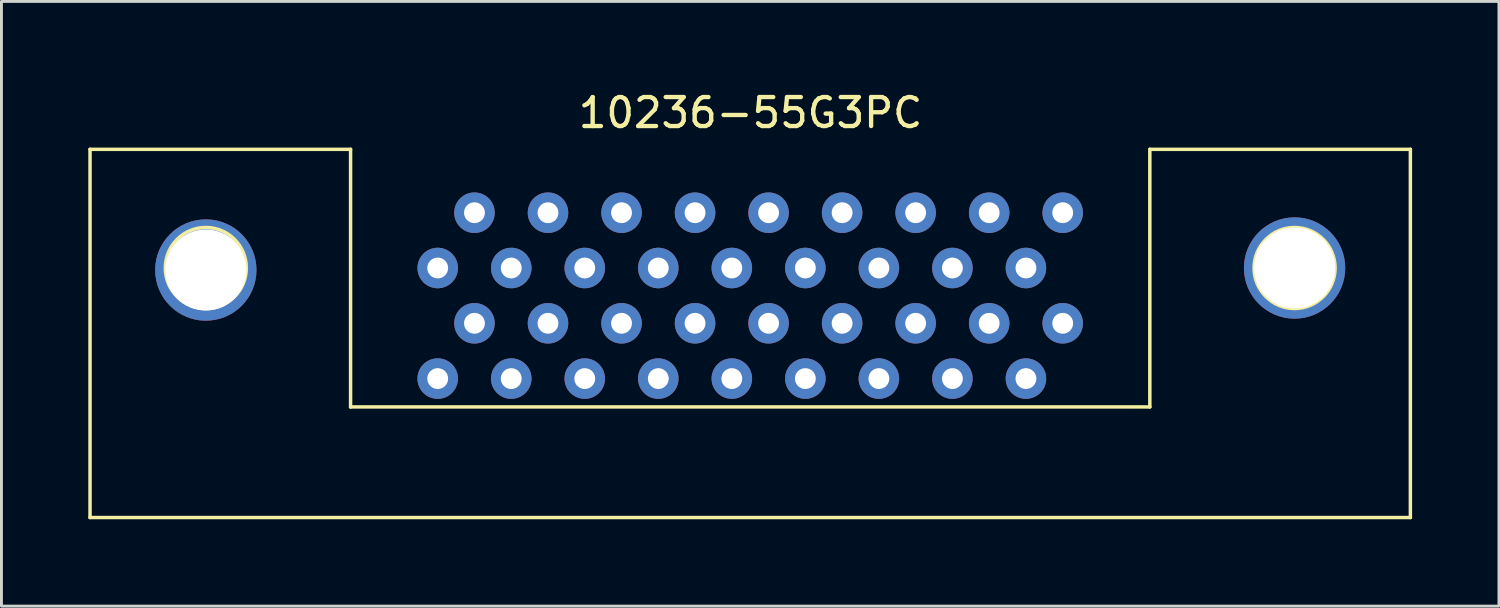
<source format=kicad_pcb>
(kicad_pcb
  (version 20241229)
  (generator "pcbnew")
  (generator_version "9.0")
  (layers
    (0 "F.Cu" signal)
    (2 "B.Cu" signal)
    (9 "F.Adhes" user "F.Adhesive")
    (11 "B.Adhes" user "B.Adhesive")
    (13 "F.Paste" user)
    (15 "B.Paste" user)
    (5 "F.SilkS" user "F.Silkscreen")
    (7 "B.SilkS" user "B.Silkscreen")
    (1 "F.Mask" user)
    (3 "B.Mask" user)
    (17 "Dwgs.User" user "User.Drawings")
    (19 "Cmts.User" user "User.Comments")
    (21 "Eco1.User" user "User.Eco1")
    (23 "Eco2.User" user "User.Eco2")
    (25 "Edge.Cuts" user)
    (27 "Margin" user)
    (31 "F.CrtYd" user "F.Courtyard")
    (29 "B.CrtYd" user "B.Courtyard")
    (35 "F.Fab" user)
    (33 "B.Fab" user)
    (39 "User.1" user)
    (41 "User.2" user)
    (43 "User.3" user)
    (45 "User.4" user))
  (footprint "10236-55G3PC"
    (layer "F.Cu")
    (at 22.865 6.208)
    (property "Reference" "10236-55G3PC" (at 0.01 -5.36 0) (layer "F.SilkS") (effects (font (size 1 1) (thickness 0.15))))
    (attr through_hole)
    (fp_line (start -22.805 -4.1) (end -22.805 8.62) (stroke (width 0.12) (type solid)) (layer "F.SilkS"))
    (fp_line (start -22.805 -4.1) (end -13.805 -4.1) (stroke (width 0.12) (type solid)) (layer "F.SilkS"))
    (fp_line (start -22.805 8.62) (end 22.805 8.62) (stroke (width 0.12) (type solid)) (layer "F.SilkS"))
    (fp_line (start -13.805 -4.1) (end -13.805 4.8) (stroke (width 0.12) (type solid)) (layer "F.SilkS"))
    (fp_line (start -13.805 4.8) (end 13.805 4.8) (stroke (width 0.12) (type solid)) (layer "F.SilkS"))
    (fp_line (start 13.805 -4.1) (end 13.805 4.8) (stroke (width 0.12) (type solid)) (layer "F.SilkS"))
    (fp_line (start 13.805 -4.1) (end 22.805 -4.1) (stroke (width 0.12) (type solid)) (layer "F.SilkS"))
    (fp_line (start 22.805 -4.1) (end 22.805 8.62) (stroke (width 0.12) (type solid)) (layer "F.SilkS"))
    (fp_circle (center -18.805 0) (end -17.405 0) (stroke (width 0.12) (type solid)) (fill no) (layer "F.SilkS"))
    (fp_circle (center 18.805 0) (end 20.205 0) (stroke (width 0.12) (type solid)) (fill no) (layer "F.SilkS"))
    (pad "1" thru_hole circle (at 10.795 -1.91) (size 1.4 1.4) (drill 0.72) (layers "*.Cu" "*.Mask"))
    (pad "2" thru_hole circle (at 9.525 0) (size 1.4 1.4) (drill 0.72) (layers "*.Cu" "*.Mask"))
    (pad "3" thru_hole circle (at 8.255 -1.91) (size 1.4 1.4) (drill 0.72) (layers "*.Cu" "*.Mask"))
    (pad "4" thru_hole circle (at 6.985 0) (size 1.4 1.4) (drill 0.72) (layers "*.Cu" "*.Mask"))
    (pad "5" thru_hole circle (at 5.715 -1.91) (size 1.4 1.4) (drill 0.72) (layers "*.Cu" "*.Mask"))
    (pad "6" thru_hole circle (at 4.445 0) (size 1.4 1.4) (drill 0.72) (layers "*.Cu" "*.Mask"))
    (pad "7" thru_hole circle (at 3.175 -1.91) (size 1.4 1.4) (drill 0.72) (layers "*.Cu" "*.Mask"))
    (pad "8" thru_hole circle (at 1.905 0) (size 1.4 1.4) (drill 0.72) (layers "*.Cu" "*.Mask"))
    (pad "9" thru_hole circle (at 0.635 -1.91) (size 1.4 1.4) (drill 0.72) (layers "*.Cu" "*.Mask"))
    (pad "10" thru_hole circle (at -0.635 0) (size 1.4 1.4) (drill 0.72) (layers "*.Cu" "*.Mask"))
    (pad "11" thru_hole circle (at -1.905 -1.91) (size 1.4 1.4) (drill 0.72) (layers "*.Cu" "*.Mask"))
    (pad "12" thru_hole circle (at -3.175 0) (size 1.4 1.4) (drill 0.72) (layers "*.Cu" "*.Mask"))
    (pad "13" thru_hole circle (at -4.445 -1.91) (size 1.4 1.4) (drill 0.72) (layers "*.Cu" "*.Mask"))
    (pad "14" thru_hole circle (at -5.715 0) (size 1.4 1.4) (drill 0.72) (layers "*.Cu" "*.Mask"))
    (pad "15" thru_hole circle (at -6.985 -1.91) (size 1.4 1.4) (drill 0.72) (layers "*.Cu" "*.Mask"))
    (pad "16" thru_hole circle (at -8.255 0) (size 1.4 1.4) (drill 0.72) (layers "*.Cu" "*.Mask"))
    (pad "17" thru_hole circle (at -9.525 -1.91) (size 1.4 1.4) (drill 0.72) (layers "*.Cu" "*.Mask"))
    (pad "18" thru_hole circle (at -10.795 0) (size 1.4 1.4) (drill 0.72) (layers "*.Cu" "*.Mask"))
    (pad "19" thru_hole circle (at 10.795 1.91) (size 1.4 1.4) (drill 0.72) (layers "*.Cu" "*.Mask"))
    (pad "20" thru_hole circle (at 9.525 3.82) (size 1.4 1.4) (drill 0.72) (layers "*.Cu" "*.Mask"))
    (pad "21" thru_hole circle (at 8.255 1.91) (size 1.4 1.4) (drill 0.72) (layers "*.Cu" "*.Mask"))
    (pad "22" thru_hole circle (at 6.985 3.82) (size 1.4 1.4) (drill 0.72) (layers "*.Cu" "*.Mask"))
    (pad "23" thru_hole circle (at 5.715 1.91) (size 1.4 1.4) (drill 0.72) (layers "*.Cu" "*.Mask"))
    (pad "24" thru_hole circle (at 4.445 3.82) (size 1.4 1.4) (drill 0.72) (layers "*.Cu" "*.Mask"))
    (pad "25" thru_hole circle (at 3.175 1.91) (size 1.4 1.4) (drill 0.72) (layers "*.Cu" "*.Mask"))
    (pad "26" thru_hole circle (at 1.905 3.82) (size 1.4 1.4) (drill 0.72) (layers "*.Cu" "*.Mask"))
    (pad "27" thru_hole circle (at 0.635 1.91) (size 1.4 1.4) (drill 0.72) (layers "*.Cu" "*.Mask"))
    (pad "28" thru_hole circle (at -0.635 3.82) (size 1.4 1.4) (drill 0.72) (layers "*.Cu" "*.Mask"))
    (pad "29" thru_hole circle (at -1.905 1.91) (size 1.4 1.4) (drill 0.72) (layers "*.Cu" "*.Mask"))
    (pad "30" thru_hole circle (at -3.175 3.82) (size 1.4 1.4) (drill 0.72) (layers "*.Cu" "*.Mask"))
    (pad "31" thru_hole circle (at -4.445 1.91) (size 1.4 1.4) (drill 0.72) (layers "*.Cu" "*.Mask"))
    (pad "32" thru_hole circle (at -5.715 3.82) (size 1.4 1.4) (drill 0.72) (layers "*.Cu" "*.Mask"))
    (pad "33" thru_hole circle (at -6.985 1.91) (size 1.4 1.4) (drill 0.72) (layers "*.Cu" "*.Mask"))
    (pad "34" thru_hole circle (at -8.255 3.82) (size 1.4 1.4) (drill 0.72) (layers "*.Cu" "*.Mask"))
    (pad "35" thru_hole circle (at -9.525 1.91) (size 1.4 1.4) (drill 0.72) (layers "*.Cu" "*.Mask"))
    (pad "36" thru_hole circle (at -10.795 3.82) (size 1.4 1.4) (drill 0.72) (layers "*.Cu" "*.Mask"))
    (pad "37" thru_hole circle (at -18.805 0.07) (size 3.5 3.5) (drill 2.8) (layers "*.Cu" "*.Mask"))
    (pad "37" thru_hole circle (at 18.805 0) (size 3.5 3.5) (drill 2.8) (layers "*.Cu" "*.Mask")))
  (gr_rect
    (start -3 -3)
    (end 48.73 17.888)
    (stroke (width 0.1) (type default))
    (fill no)
    (layer "Edge.Cuts")))
</source>
